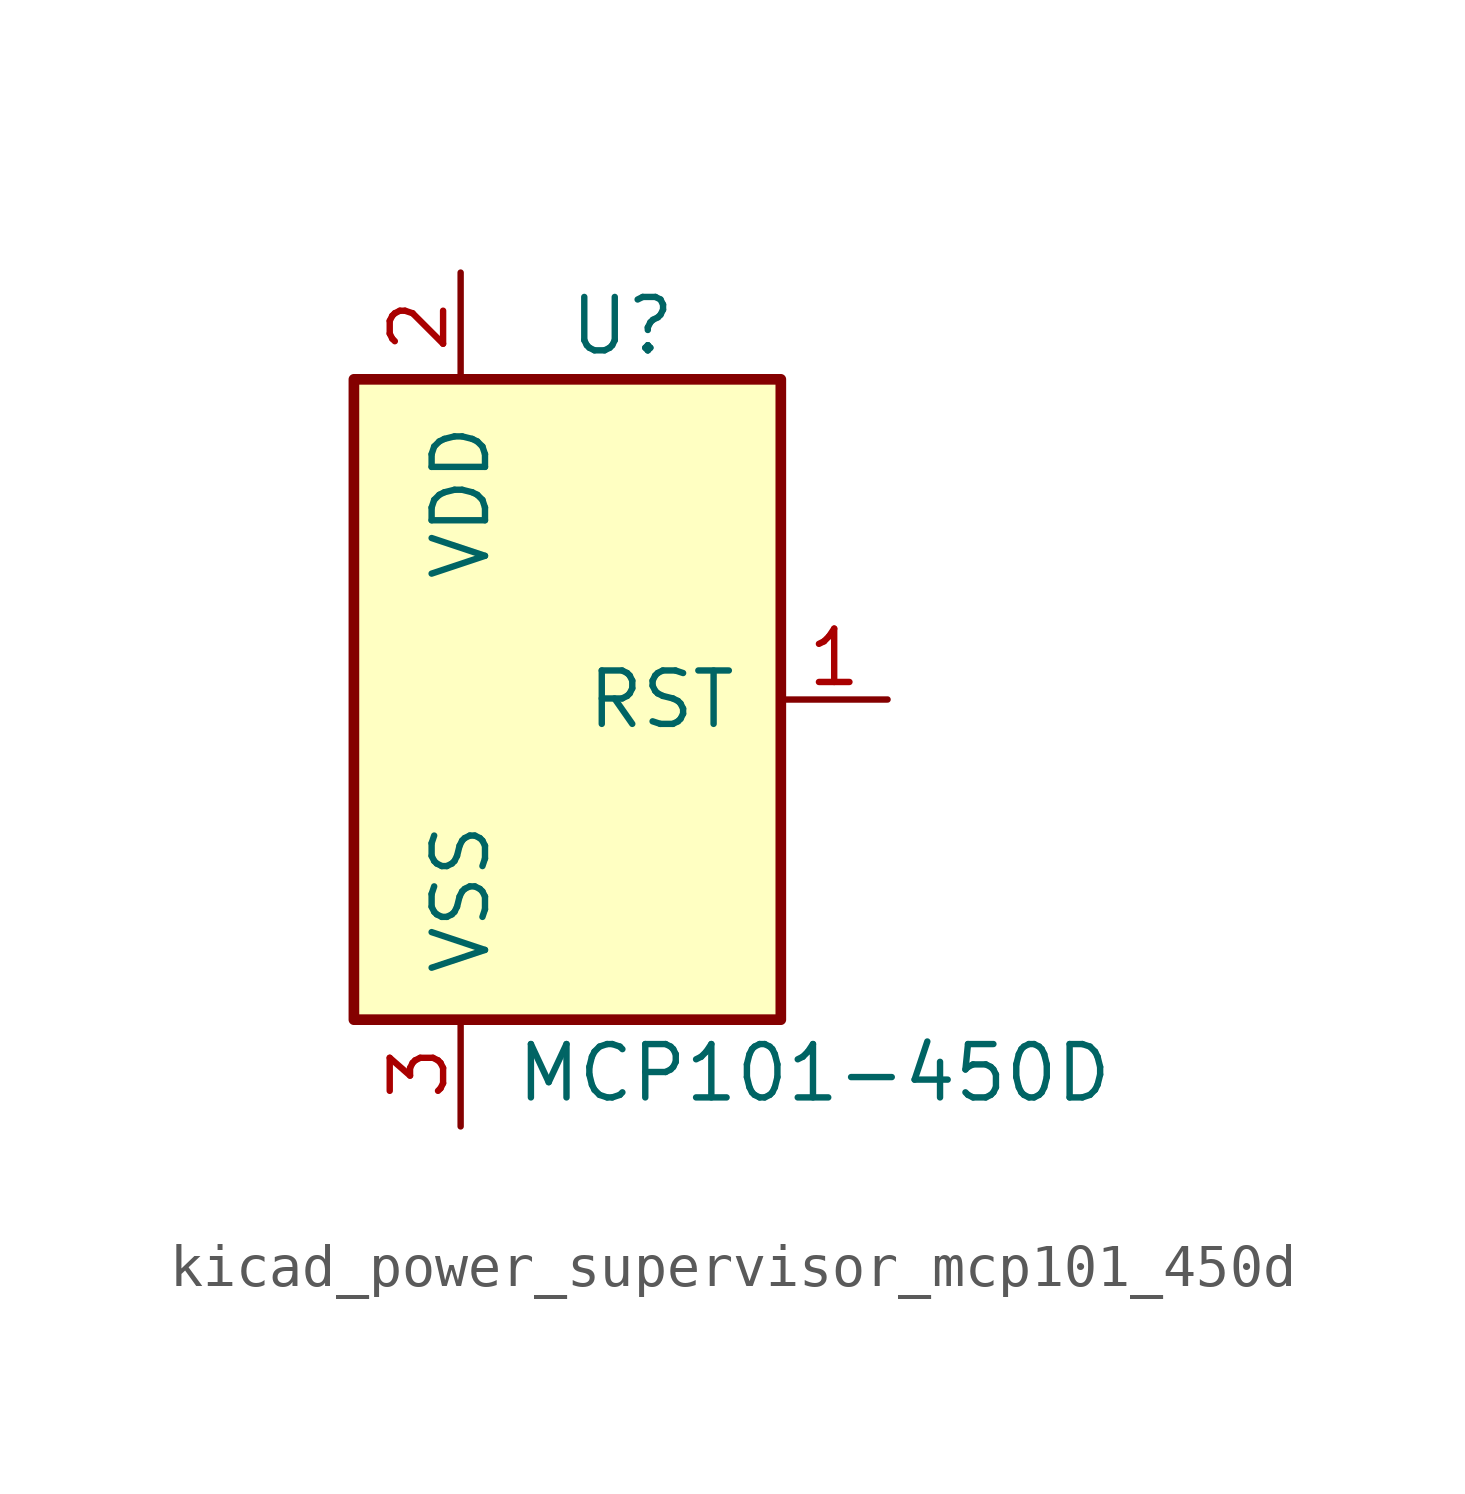
<source format=kicad_sym>
(kicad_symbol_lib
  (version 20220914)
  (generator kicad_symbol_editor)
  (symbol "kicad_power_supervisor_mcp101_450d"
    (pin_names
      (offset 1.016))
    (property "Reference" "U"
      (at 0 8.89 0)
      (effects (font (size 1.27 1.27)) (justify left)))
    (property "Value" "MCP101-450D"
      (at -1.27 -8.89 0)
      (effects (font (size 1.27 1.27)) (justify left)))
    (symbol "kicad_power_supervisor_mcp101_450d_1_1"
      (rectangle (start -5.08 7.62) (end 5.08 -7.62) (stroke (width 0.254) (type default)) (fill (type background)))
      (pin output line (at 7.62 0 180) (length 2.54) (name "RST" (effects (font (size 1.27 1.27)))) (number "1" (effects (font (size 1.27 1.27)))))
      (pin power_in line (at -2.54 10.16 270) (length 2.54) (name "VDD" (effects (font (size 1.27 1.27)))) (number "2" (effects (font (size 1.27 1.27)))))
      (pin power_in line (at -2.54 -10.16 90) (length 2.54) (name "VSS" (effects (font (size 1.27 1.27)))) (number "3" (effects (font (size 1.27 1.27))))))))
</source>
